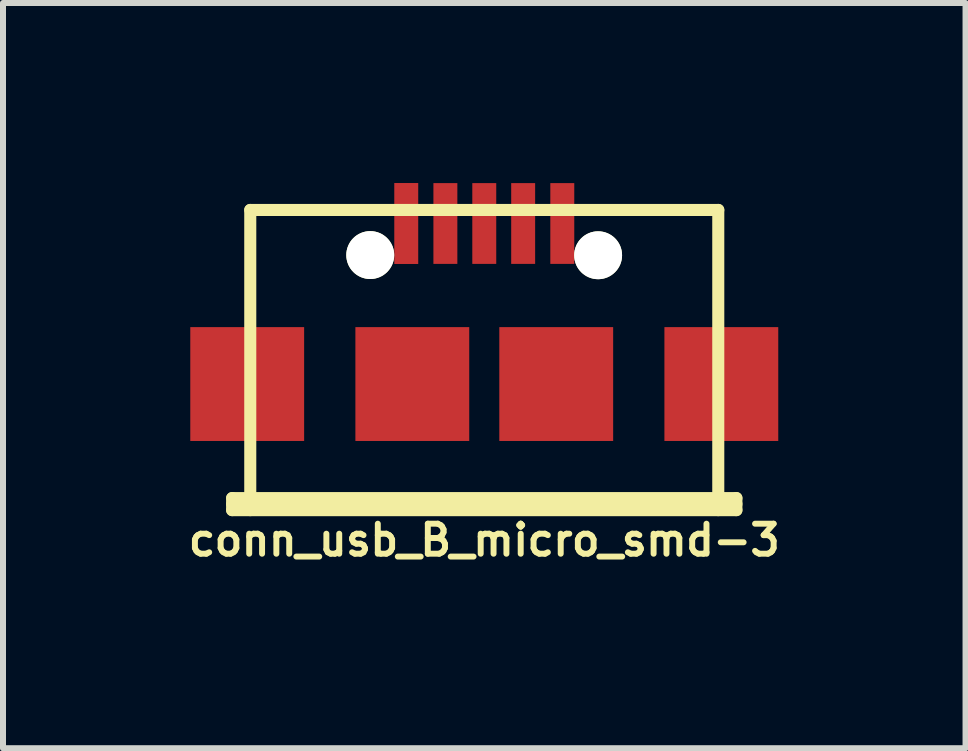
<source format=kicad_pcb>
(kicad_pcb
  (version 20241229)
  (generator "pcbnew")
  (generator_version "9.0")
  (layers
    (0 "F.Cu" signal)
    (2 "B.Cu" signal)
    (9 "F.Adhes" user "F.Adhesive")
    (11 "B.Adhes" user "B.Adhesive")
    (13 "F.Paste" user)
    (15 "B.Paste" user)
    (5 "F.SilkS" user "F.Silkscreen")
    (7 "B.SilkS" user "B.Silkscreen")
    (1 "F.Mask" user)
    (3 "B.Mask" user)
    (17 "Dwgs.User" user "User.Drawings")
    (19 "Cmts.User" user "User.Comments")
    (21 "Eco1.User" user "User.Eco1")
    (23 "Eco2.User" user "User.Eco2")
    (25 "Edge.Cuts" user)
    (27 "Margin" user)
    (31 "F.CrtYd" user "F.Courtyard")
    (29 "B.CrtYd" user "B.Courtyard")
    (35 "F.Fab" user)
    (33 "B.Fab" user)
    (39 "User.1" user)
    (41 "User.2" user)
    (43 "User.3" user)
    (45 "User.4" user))
  (footprint "conn_usb_B_micro_smd-3"
    (layer "F.Cu")
    (at 5.019 3.349)
    (property "Reference" "conn_usb_B_micro_smd-3" (at 0 2.601 0) (layer "F.SilkS") (effects (font (size 0.5 0.5) (thickness 0.099))))
    (attr through_hole)
    (fp_line (start -4.201 1.9) (end -4.201 2.101) (stroke (width 0.201) (type solid)) (layer "F.SilkS"))
    (fp_line (start -4.201 1.999) (end 4.201 1.999) (stroke (width 0.201) (type solid)) (layer "F.SilkS"))
    (fp_line (start -4.201 2.101) (end 4.201 2.101) (stroke (width 0.201) (type solid)) (layer "F.SilkS"))
    (fp_line (start -3.899 -2.901) (end 3.899 -2.901) (stroke (width 0.201) (type solid)) (layer "F.SilkS"))
    (fp_line (start -3.899 2.101) (end -3.899 -2.901) (stroke (width 0.201) (type solid)) (layer "F.SilkS"))
    (fp_line (start 3.899 -2.901) (end 3.899 2.101) (stroke (width 0.201) (type solid)) (layer "F.SilkS"))
    (fp_line (start 4.201 1.9) (end -4.201 1.9) (stroke (width 0.201) (type solid)) (layer "F.SilkS"))
    (fp_line (start 4.201 2.101) (end 4.201 1.9) (stroke (width 0.201) (type solid)) (layer "F.SilkS"))
    (pad "" smd rect (at -3.95 0) (size 1.897 1.897) (layers "F.Cu" "F.Mask" "F.Paste"))
    (pad "" np_thru_hole circle (at -1.9 -2.149) (size 0.798 0.798) (drill 0.798) (layers "*.Cu" "*.Mask" "F.SilkS"))
    (pad "" smd rect (at -1.199 0) (size 1.897 1.897) (layers "F.Cu" "F.Mask" "F.Paste"))
    (pad "" smd rect (at 1.199 0) (size 1.897 1.897) (layers "F.Cu" "F.Mask" "F.Paste"))
    (pad "" np_thru_hole circle (at 1.897 -2.146) (size 0.798 0.798) (drill 0.798) (layers "*.Cu" "*.Mask" "F.SilkS"))
    (pad "" smd rect (at 3.95 0) (size 1.897 1.897) (layers "F.Cu" "F.Mask" "F.Paste"))
    (pad "1" smd rect (at -1.3 -2.675) (size 0.399 1.349) (layers "F.Cu" "F.Mask" "F.Paste"))
    (pad "2" smd rect (at -0.648 -2.675) (size 0.399 1.346) (layers "F.Cu" "F.Mask" "F.Paste"))
    (pad "3" smd rect (at 0 -2.675) (size 0.399 1.346) (layers "F.Cu" "F.Mask" "F.Paste"))
    (pad "4" smd rect (at 0.648 -2.675) (size 0.399 1.346) (layers "F.Cu" "F.Mask" "F.Paste"))
    (pad "5" smd rect (at 1.3 -2.675) (size 0.399 1.346) (layers "F.Cu" "F.Mask" "F.Paste")))
  (gr_rect
    (start -3 -3)
    (end 13.038 9.417)
    (stroke (width 0.1) (type default))
    (fill no)
    (layer "Edge.Cuts")))
</source>
